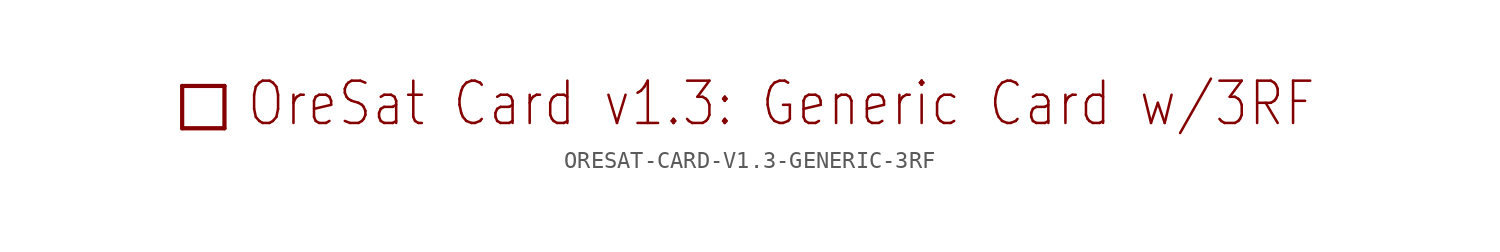
<source format=kicad_sym>
(kicad_symbol_lib
  (version 20211014)
  (generator kicad_symbol_editor)
  (symbol "ORESAT-CARD-V1.3-GENERIC-3RF"
    (property "Reference" "PCB"
      (at 0 0 0)
      (effects (font (size 1.27 1.27)) hide))
    (property "ki_locked" ""
      (at 0 0 0)
      (effects (font (size 1.27 1.27))))
    (symbol "ORESAT-CARD-V1.3-GENERIC-3RF_1_0"
      (polyline (pts (xy -1.27 -1.27) (xy 1.27 -1.27)) (stroke (width 0.254) (type default) (color 0 0 0 0)) (fill (type none)))
      (polyline (pts (xy -1.27 1.27) (xy -1.27 -1.27)) (stroke (width 0.254) (type default) (color 0 0 0 0)) (fill (type none)))
      (polyline (pts (xy 1.27 -1.27) (xy 1.27 1.27)) (stroke (width 0.254) (type default) (color 0 0 0 0)) (fill (type none)))
      (polyline (pts (xy 1.27 1.27) (xy -1.27 1.27)) (stroke (width 0.254) (type default) (color 0 0 0 0)) (fill (type none)))
      (text "OreSat Card v1.3: Generic Card w/3RF" (at 2.54 -1.27 0) (effects (font (size 2.54 2.159)) (justify left bottom))))))
</source>
